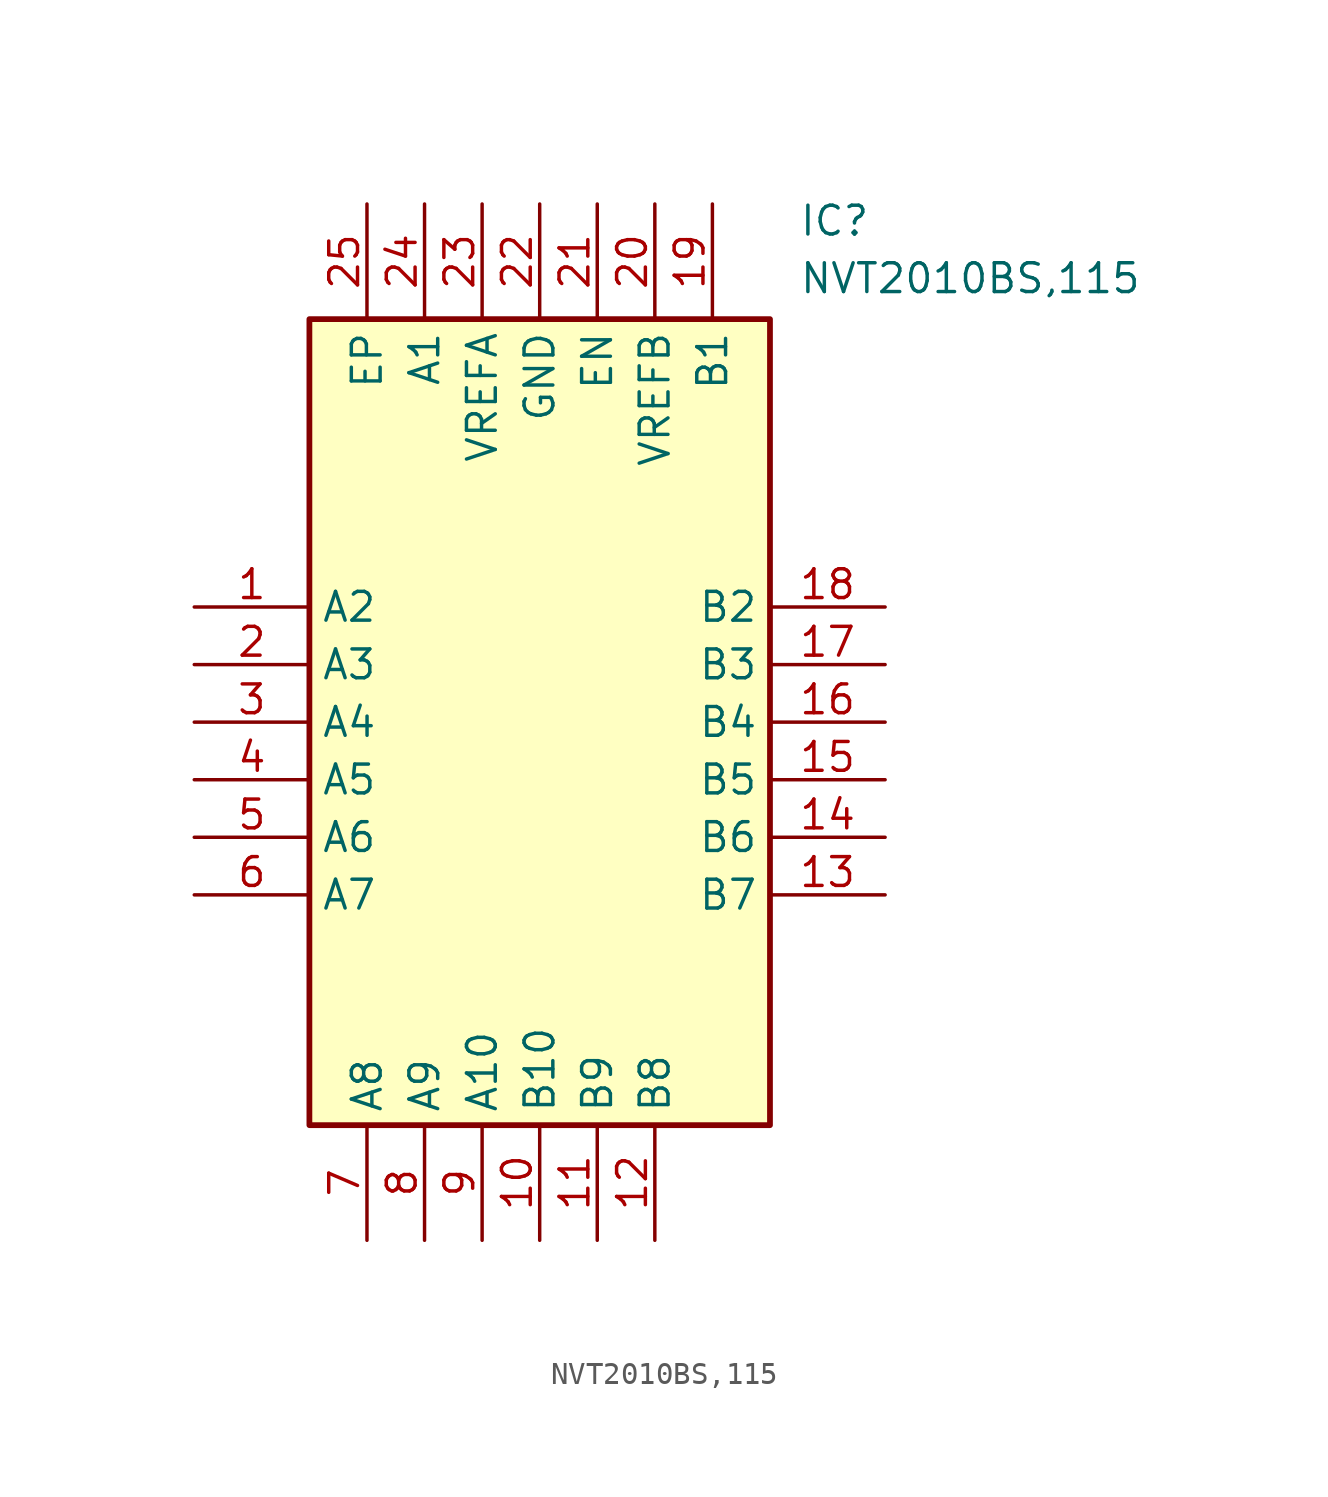
<source format=kicad_sym>
(kicad_symbol_lib
  (version 20211014)
  (generator SamacSys_ECAD_Model)
  (symbol "NVT2010BS,115"
    (property "Reference" "IC"
      (at 26.67 17.78 0)
      (effects (font (size 1.27 1.27)) (justify left top)))
    (property "Value" "NVT2010BS,115"
      (at 26.67 15.24 0)
      (effects (font (size 1.27 1.27)) (justify left top)))
    (rectangle
      (start 5.08 12.7)
      (end 25.4 -22.86)
      (stroke (width 0.254) (type default))
      (fill (type background)))
    (pin passive line
      (at 0 0 0)
      (length 5.08)
      (name "A2" (effects (font (size 1.27 1.27))))
      (number "1" (effects (font (size 1.27 1.27)))))
    (pin passive line
      (at 0 -2.54 0)
      (length 5.08)
      (name "A3" (effects (font (size 1.27 1.27))))
      (number "2" (effects (font (size 1.27 1.27)))))
    (pin passive line
      (at 0 -5.08 0)
      (length 5.08)
      (name "A4" (effects (font (size 1.27 1.27))))
      (number "3" (effects (font (size 1.27 1.27)))))
    (pin passive line
      (at 0 -7.62 0)
      (length 5.08)
      (name "A5" (effects (font (size 1.27 1.27))))
      (number "4" (effects (font (size 1.27 1.27)))))
    (pin passive line
      (at 0 -10.16 0)
      (length 5.08)
      (name "A6" (effects (font (size 1.27 1.27))))
      (number "5" (effects (font (size 1.27 1.27)))))
    (pin passive line
      (at 0 -12.7 0)
      (length 5.08)
      (name "A7" (effects (font (size 1.27 1.27))))
      (number "6" (effects (font (size 1.27 1.27)))))
    (pin passive line
      (at 7.62 -27.94 90)
      (length 5.08)
      (name "A8" (effects (font (size 1.27 1.27))))
      (number "7" (effects (font (size 1.27 1.27)))))
    (pin passive line
      (at 10.16 -27.94 90)
      (length 5.08)
      (name "A9" (effects (font (size 1.27 1.27))))
      (number "8" (effects (font (size 1.27 1.27)))))
    (pin passive line
      (at 12.7 -27.94 90)
      (length 5.08)
      (name "A10" (effects (font (size 1.27 1.27))))
      (number "9" (effects (font (size 1.27 1.27)))))
    (pin passive line
      (at 15.24 -27.94 90)
      (length 5.08)
      (name "B10" (effects (font (size 1.27 1.27))))
      (number "10" (effects (font (size 1.27 1.27)))))
    (pin passive line
      (at 17.78 -27.94 90)
      (length 5.08)
      (name "B9" (effects (font (size 1.27 1.27))))
      (number "11" (effects (font (size 1.27 1.27)))))
    (pin passive line
      (at 20.32 -27.94 90)
      (length 5.08)
      (name "B8" (effects (font (size 1.27 1.27))))
      (number "12" (effects (font (size 1.27 1.27)))))
    (pin passive line
      (at 30.48 0 180)
      (length 5.08)
      (name "B2" (effects (font (size 1.27 1.27))))
      (number "18" (effects (font (size 1.27 1.27)))))
    (pin passive line
      (at 30.48 -2.54 180)
      (length 5.08)
      (name "B3" (effects (font (size 1.27 1.27))))
      (number "17" (effects (font (size 1.27 1.27)))))
    (pin passive line
      (at 30.48 -5.08 180)
      (length 5.08)
      (name "B4" (effects (font (size 1.27 1.27))))
      (number "16" (effects (font (size 1.27 1.27)))))
    (pin passive line
      (at 30.48 -7.62 180)
      (length 5.08)
      (name "B5" (effects (font (size 1.27 1.27))))
      (number "15" (effects (font (size 1.27 1.27)))))
    (pin passive line
      (at 30.48 -10.16 180)
      (length 5.08)
      (name "B6" (effects (font (size 1.27 1.27))))
      (number "14" (effects (font (size 1.27 1.27)))))
    (pin passive line
      (at 30.48 -12.7 180)
      (length 5.08)
      (name "B7" (effects (font (size 1.27 1.27))))
      (number "13" (effects (font (size 1.27 1.27)))))
    (pin passive line
      (at 7.62 17.78 270)
      (length 5.08)
      (name "EP" (effects (font (size 1.27 1.27))))
      (number "25" (effects (font (size 1.27 1.27)))))
    (pin passive line
      (at 10.16 17.78 270)
      (length 5.08)
      (name "A1" (effects (font (size 1.27 1.27))))
      (number "24" (effects (font (size 1.27 1.27)))))
    (pin passive line
      (at 12.7 17.78 270)
      (length 5.08)
      (name "VREFA" (effects (font (size 1.27 1.27))))
      (number "23" (effects (font (size 1.27 1.27)))))
    (pin passive line
      (at 15.24 17.78 270)
      (length 5.08)
      (name "GND" (effects (font (size 1.27 1.27))))
      (number "22" (effects (font (size 1.27 1.27)))))
    (pin passive line
      (at 17.78 17.78 270)
      (length 5.08)
      (name "EN" (effects (font (size 1.27 1.27))))
      (number "21" (effects (font (size 1.27 1.27)))))
    (pin passive line
      (at 20.32 17.78 270)
      (length 5.08)
      (name "VREFB" (effects (font (size 1.27 1.27))))
      (number "20" (effects (font (size 1.27 1.27)))))
    (pin passive line
      (at 22.86 17.78 270)
      (length 5.08)
      (name "B1" (effects (font (size 1.27 1.27))))
      (number "19" (effects (font (size 1.27 1.27)))))))
</source>
